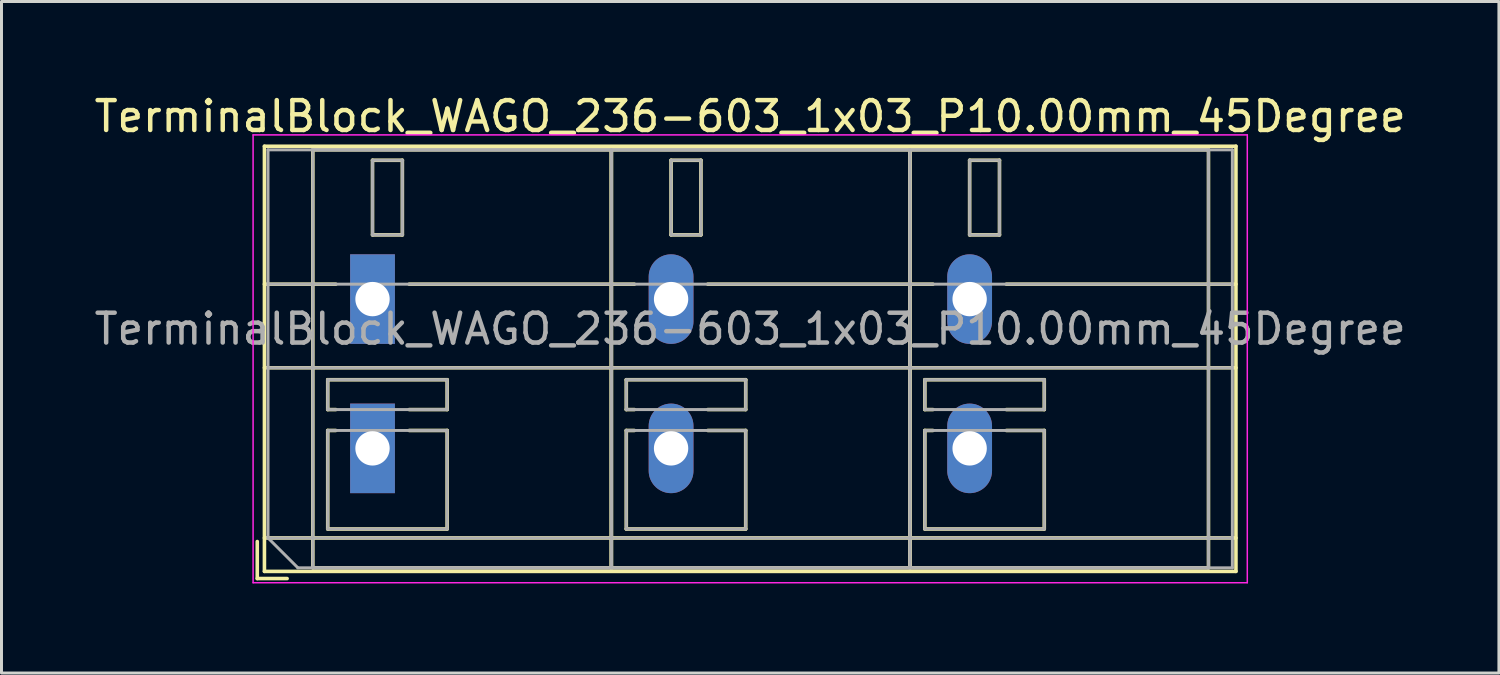
<source format=kicad_pcb>
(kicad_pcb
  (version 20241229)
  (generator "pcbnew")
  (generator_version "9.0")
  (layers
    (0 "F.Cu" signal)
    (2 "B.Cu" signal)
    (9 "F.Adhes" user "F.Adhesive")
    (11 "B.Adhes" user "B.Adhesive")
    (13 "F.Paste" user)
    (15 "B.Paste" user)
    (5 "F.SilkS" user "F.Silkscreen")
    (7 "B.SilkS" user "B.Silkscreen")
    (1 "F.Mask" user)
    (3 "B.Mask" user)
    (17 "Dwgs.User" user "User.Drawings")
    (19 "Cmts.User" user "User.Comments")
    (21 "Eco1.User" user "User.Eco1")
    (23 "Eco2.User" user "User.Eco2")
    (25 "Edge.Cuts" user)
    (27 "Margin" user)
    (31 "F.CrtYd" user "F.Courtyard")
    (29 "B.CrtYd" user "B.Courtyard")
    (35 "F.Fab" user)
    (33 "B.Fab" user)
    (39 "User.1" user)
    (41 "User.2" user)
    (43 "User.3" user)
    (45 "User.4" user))
  (footprint "TerminalBlock_WAGO_236-603_1x03_P10.00mm_45Degree"
    (layer "F.Cu")
    (at 9.427 6.968)
    (property "Reference" "TerminalBlock_WAGO_236-603_1x03_P10.00mm_45Degree" (at 12.65 -6.12 0) (layer "F.SilkS") (effects (font (size 1 1) (thickness 0.15))))
    (attr through_hole)
    (fp_line (start -3.86 8.12) (end -3.86 9.36) (stroke (width 0.12) (type solid)) (layer "F.SilkS"))
    (fp_line (start -3.86 9.36) (end -2.86 9.36) (stroke (width 0.12) (type solid)) (layer "F.SilkS"))
    (fp_line (start -3.62 -5.12) (end -3.62 9.12) (stroke (width 0.12) (type solid)) (layer "F.SilkS"))
    (fp_line (start -3.62 -5.12) (end 28.92 -5.12) (stroke (width 0.12) (type solid)) (layer "F.SilkS"))
    (fp_line (start -3.62 -0.5) (end -1.23 -0.5) (stroke (width 0.12) (type solid)) (layer "F.SilkS"))
    (fp_line (start -3.62 2.3) (end 28.92 2.3) (stroke (width 0.12) (type solid)) (layer "F.SilkS"))
    (fp_line (start -3.62 8) (end 28.92 8) (stroke (width 0.12) (type solid)) (layer "F.SilkS"))
    (fp_line (start -3.62 9.12) (end 28.92 9.12) (stroke (width 0.12) (type solid)) (layer "F.SilkS"))
    (fp_line (start -2 -5) (end -2 9) (stroke (width 0.12) (type solid)) (layer "F.SilkS"))
    (fp_line (start -2 -5) (end 8 -5) (stroke (width 0.12) (type solid)) (layer "F.SilkS"))
    (fp_line (start -2 9) (end 8 9) (stroke (width 0.12) (type solid)) (layer "F.SilkS"))
    (fp_line (start -1.5 2.7) (end -1.5 3.7) (stroke (width 0.12) (type solid)) (layer "F.SilkS"))
    (fp_line (start -1.5 2.7) (end 2.5 2.7) (stroke (width 0.12) (type solid)) (layer "F.SilkS"))
    (fp_line (start -1.5 3.7) (end -1.23 3.7) (stroke (width 0.12) (type solid)) (layer "F.SilkS"))
    (fp_line (start -1.5 4.4) (end -1.5 7.7) (stroke (width 0.12) (type solid)) (layer "F.SilkS"))
    (fp_line (start -1.5 4.4) (end -1.23 4.4) (stroke (width 0.12) (type solid)) (layer "F.SilkS"))
    (fp_line (start -1.5 7.7) (end 2.5 7.7) (stroke (width 0.12) (type solid)) (layer "F.SilkS"))
    (fp_line (start 0 -4.65) (end 0 -2.151) (stroke (width 0.12) (type solid)) (layer "F.SilkS"))
    (fp_line (start 0 -4.65) (end 1 -4.65) (stroke (width 0.12) (type solid)) (layer "F.SilkS"))
    (fp_line (start 0 -2.151) (end 1 -2.151) (stroke (width 0.12) (type solid)) (layer "F.SilkS"))
    (fp_line (start 1 -4.65) (end 1 -2.151) (stroke (width 0.12) (type solid)) (layer "F.SilkS"))
    (fp_line (start 1.23 -0.5) (end 8.77 -0.5) (stroke (width 0.12) (type solid)) (layer "F.SilkS"))
    (fp_line (start 1.23 3.7) (end 2.5 3.7) (stroke (width 0.12) (type solid)) (layer "F.SilkS"))
    (fp_line (start 1.23 4.4) (end 2.5 4.4) (stroke (width 0.12) (type solid)) (layer "F.SilkS"))
    (fp_line (start 2.5 2.7) (end 2.5 3.7) (stroke (width 0.12) (type solid)) (layer "F.SilkS"))
    (fp_line (start 2.5 4.4) (end 2.5 7.7) (stroke (width 0.12) (type solid)) (layer "F.SilkS"))
    (fp_line (start 8 -5) (end 8 9) (stroke (width 0.12) (type solid)) (layer "F.SilkS"))
    (fp_line (start 8 -5) (end 8 9) (stroke (width 0.12) (type solid)) (layer "F.SilkS"))
    (fp_line (start 8 -5) (end 18 -5) (stroke (width 0.12) (type solid)) (layer "F.SilkS"))
    (fp_line (start 8 9) (end 18 9) (stroke (width 0.12) (type solid)) (layer "F.SilkS"))
    (fp_line (start 8.5 2.7) (end 8.5 3.7) (stroke (width 0.12) (type solid)) (layer "F.SilkS"))
    (fp_line (start 8.5 2.7) (end 12.5 2.7) (stroke (width 0.12) (type solid)) (layer "F.SilkS"))
    (fp_line (start 8.5 3.7) (end 8.77 3.7) (stroke (width 0.12) (type solid)) (layer "F.SilkS"))
    (fp_line (start 8.5 4.4) (end 8.5 7.7) (stroke (width 0.12) (type solid)) (layer "F.SilkS"))
    (fp_line (start 8.5 4.4) (end 8.77 4.4) (stroke (width 0.12) (type solid)) (layer "F.SilkS"))
    (fp_line (start 8.5 7.7) (end 12.5 7.7) (stroke (width 0.12) (type solid)) (layer "F.SilkS"))
    (fp_line (start 10 -4.65) (end 10 -2.151) (stroke (width 0.12) (type solid)) (layer "F.SilkS"))
    (fp_line (start 10 -4.65) (end 11 -4.65) (stroke (width 0.12) (type solid)) (layer "F.SilkS"))
    (fp_line (start 10 -2.151) (end 11 -2.151) (stroke (width 0.12) (type solid)) (layer "F.SilkS"))
    (fp_line (start 11 -4.65) (end 11 -2.151) (stroke (width 0.12) (type solid)) (layer "F.SilkS"))
    (fp_line (start 11.23 -0.5) (end 18.77 -0.5) (stroke (width 0.12) (type solid)) (layer "F.SilkS"))
    (fp_line (start 11.23 3.7) (end 12.5 3.7) (stroke (width 0.12) (type solid)) (layer "F.SilkS"))
    (fp_line (start 11.23 4.4) (end 12.5 4.4) (stroke (width 0.12) (type solid)) (layer "F.SilkS"))
    (fp_line (start 12.5 2.7) (end 12.5 3.7) (stroke (width 0.12) (type solid)) (layer "F.SilkS"))
    (fp_line (start 12.5 4.4) (end 12.5 7.7) (stroke (width 0.12) (type solid)) (layer "F.SilkS"))
    (fp_line (start 18 -5) (end 18 9) (stroke (width 0.12) (type solid)) (layer "F.SilkS"))
    (fp_line (start 18 -5) (end 18 9) (stroke (width 0.12) (type solid)) (layer "F.SilkS"))
    (fp_line (start 18 -5) (end 28 -5) (stroke (width 0.12) (type solid)) (layer "F.SilkS"))
    (fp_line (start 18 9) (end 28 9) (stroke (width 0.12) (type solid)) (layer "F.SilkS"))
    (fp_line (start 18.5 2.7) (end 18.5 3.7) (stroke (width 0.12) (type solid)) (layer "F.SilkS"))
    (fp_line (start 18.5 2.7) (end 22.5 2.7) (stroke (width 0.12) (type solid)) (layer "F.SilkS"))
    (fp_line (start 18.5 3.7) (end 18.77 3.7) (stroke (width 0.12) (type solid)) (layer "F.SilkS"))
    (fp_line (start 18.5 4.4) (end 18.5 7.7) (stroke (width 0.12) (type solid)) (layer "F.SilkS"))
    (fp_line (start 18.5 4.4) (end 18.77 4.4) (stroke (width 0.12) (type solid)) (layer "F.SilkS"))
    (fp_line (start 18.5 7.7) (end 22.5 7.7) (stroke (width 0.12) (type solid)) (layer "F.SilkS"))
    (fp_line (start 20 -4.65) (end 20 -2.151) (stroke (width 0.12) (type solid)) (layer "F.SilkS"))
    (fp_line (start 20 -4.65) (end 21 -4.65) (stroke (width 0.12) (type solid)) (layer "F.SilkS"))
    (fp_line (start 20 -2.151) (end 21 -2.151) (stroke (width 0.12) (type solid)) (layer "F.SilkS"))
    (fp_line (start 21 -4.65) (end 21 -2.151) (stroke (width 0.12) (type solid)) (layer "F.SilkS"))
    (fp_line (start 21.23 -0.5) (end 28.92 -0.5) (stroke (width 0.12) (type solid)) (layer "F.SilkS"))
    (fp_line (start 21.23 3.7) (end 22.5 3.7) (stroke (width 0.12) (type solid)) (layer "F.SilkS"))
    (fp_line (start 21.23 4.4) (end 22.5 4.4) (stroke (width 0.12) (type solid)) (layer "F.SilkS"))
    (fp_line (start 22.5 2.7) (end 22.5 3.7) (stroke (width 0.12) (type solid)) (layer "F.SilkS"))
    (fp_line (start 22.5 4.4) (end 22.5 7.7) (stroke (width 0.12) (type solid)) (layer "F.SilkS"))
    (fp_line (start 28 -5) (end 28 9) (stroke (width 0.12) (type solid)) (layer "F.SilkS"))
    (fp_line (start 28.92 -5.12) (end 28.92 9.12) (stroke (width 0.12) (type solid)) (layer "F.SilkS"))
    (fp_line (start -4 -5.5) (end -4 9.5) (stroke (width 0.05) (type solid)) (layer "F.CrtYd"))
    (fp_line (start -4 9.5) (end 29.3 9.5) (stroke (width 0.05) (type solid)) (layer "F.CrtYd"))
    (fp_line (start 29.3 -5.5) (end -4 -5.5) (stroke (width 0.05) (type solid)) (layer "F.CrtYd"))
    (fp_line (start 29.3 9.5) (end 29.3 -5.5) (stroke (width 0.05) (type solid)) (layer "F.CrtYd"))
    (fp_line (start -3.5 -5) (end 28.8 -5) (stroke (width 0.1) (type solid)) (layer "F.Fab"))
    (fp_line (start -3.5 -0.5) (end 28.8 -0.5) (stroke (width 0.1) (type solid)) (layer "F.Fab"))
    (fp_line (start -3.5 2.3) (end 28.8 2.3) (stroke (width 0.1) (type solid)) (layer "F.Fab"))
    (fp_line (start -3.5 8) (end -3.5 -5) (stroke (width 0.1) (type solid)) (layer "F.Fab"))
    (fp_line (start -3.5 8) (end 28.8 8) (stroke (width 0.1) (type solid)) (layer "F.Fab"))
    (fp_line (start -2.5 9) (end -3.5 8) (stroke (width 0.1) (type solid)) (layer "F.Fab"))
    (fp_line (start -2 -5) (end -2 9) (stroke (width 0.1) (type solid)) (layer "F.Fab"))
    (fp_line (start -2 9) (end 8 9) (stroke (width 0.1) (type solid)) (layer "F.Fab"))
    (fp_line (start -1.5 2.7) (end -1.5 3.7) (stroke (width 0.1) (type solid)) (layer "F.Fab"))
    (fp_line (start -1.5 3.7) (end 2.5 3.7) (stroke (width 0.1) (type solid)) (layer "F.Fab"))
    (fp_line (start -1.5 4.4) (end -1.5 7.7) (stroke (width 0.1) (type solid)) (layer "F.Fab"))
    (fp_line (start -1.5 7.7) (end 2.5 7.7) (stroke (width 0.1) (type solid)) (layer "F.Fab"))
    (fp_line (start 0 -4.65) (end 0 -2.15) (stroke (width 0.1) (type solid)) (layer "F.Fab"))
    (fp_line (start 0 -2.15) (end 1 -2.15) (stroke (width 0.1) (type solid)) (layer "F.Fab"))
    (fp_line (start 1 -4.65) (end 0 -4.65) (stroke (width 0.1) (type solid)) (layer "F.Fab"))
    (fp_line (start 1 -2.15) (end 1 -4.65) (stroke (width 0.1) (type solid)) (layer "F.Fab"))
    (fp_line (start 2.5 2.7) (end -1.5 2.7) (stroke (width 0.1) (type solid)) (layer "F.Fab"))
    (fp_line (start 2.5 3.7) (end 2.5 2.7) (stroke (width 0.1) (type solid)) (layer "F.Fab"))
    (fp_line (start 2.5 4.4) (end -1.5 4.4) (stroke (width 0.1) (type solid)) (layer "F.Fab"))
    (fp_line (start 2.5 7.7) (end 2.5 4.4) (stroke (width 0.1) (type solid)) (layer "F.Fab"))
    (fp_line (start 8 -5) (end -2 -5) (stroke (width 0.1) (type solid)) (layer "F.Fab"))
    (fp_line (start 8 -5) (end 8 9) (stroke (width 0.1) (type solid)) (layer "F.Fab"))
    (fp_line (start 8 9) (end 8 -5) (stroke (width 0.1) (type solid)) (layer "F.Fab"))
    (fp_line (start 8 9) (end 18 9) (stroke (width 0.1) (type solid)) (layer "F.Fab"))
    (fp_line (start 8.5 2.7) (end 8.5 3.7) (stroke (width 0.1) (type solid)) (layer "F.Fab"))
    (fp_line (start 8.5 3.7) (end 12.5 3.7) (stroke (width 0.1) (type solid)) (layer "F.Fab"))
    (fp_line (start 8.5 4.4) (end 8.5 7.7) (stroke (width 0.1) (type solid)) (layer "F.Fab"))
    (fp_line (start 8.5 7.7) (end 12.5 7.7) (stroke (width 0.1) (type solid)) (layer "F.Fab"))
    (fp_line (start 10 -4.65) (end 10 -2.15) (stroke (width 0.1) (type solid)) (layer "F.Fab"))
    (fp_line (start 10 -2.15) (end 11 -2.15) (stroke (width 0.1) (type solid)) (layer "F.Fab"))
    (fp_line (start 11 -4.65) (end 10 -4.65) (stroke (width 0.1) (type solid)) (layer "F.Fab"))
    (fp_line (start 11 -2.15) (end 11 -4.65) (stroke (width 0.1) (type solid)) (layer "F.Fab"))
    (fp_line (start 12.5 2.7) (end 8.5 2.7) (stroke (width 0.1) (type solid)) (layer "F.Fab"))
    (fp_line (start 12.5 3.7) (end 12.5 2.7) (stroke (width 0.1) (type solid)) (layer "F.Fab"))
    (fp_line (start 12.5 4.4) (end 8.5 4.4) (stroke (width 0.1) (type solid)) (layer "F.Fab"))
    (fp_line (start 12.5 7.7) (end 12.5 4.4) (stroke (width 0.1) (type solid)) (layer "F.Fab"))
    (fp_line (start 18 -5) (end 8 -5) (stroke (width 0.1) (type solid)) (layer "F.Fab"))
    (fp_line (start 18 -5) (end 18 9) (stroke (width 0.1) (type solid)) (layer "F.Fab"))
    (fp_line (start 18 9) (end 18 -5) (stroke (width 0.1) (type solid)) (layer "F.Fab"))
    (fp_line (start 18 9) (end 28 9) (stroke (width 0.1) (type solid)) (layer "F.Fab"))
    (fp_line (start 18.5 2.7) (end 18.5 3.7) (stroke (width 0.1) (type solid)) (layer "F.Fab"))
    (fp_line (start 18.5 3.7) (end 22.5 3.7) (stroke (width 0.1) (type solid)) (layer "F.Fab"))
    (fp_line (start 18.5 4.4) (end 18.5 7.7) (stroke (width 0.1) (type solid)) (layer "F.Fab"))
    (fp_line (start 18.5 7.7) (end 22.5 7.7) (stroke (width 0.1) (type solid)) (layer "F.Fab"))
    (fp_line (start 20 -4.65) (end 20 -2.15) (stroke (width 0.1) (type solid)) (layer "F.Fab"))
    (fp_line (start 20 -2.15) (end 21 -2.15) (stroke (width 0.1) (type solid)) (layer "F.Fab"))
    (fp_line (start 21 -4.65) (end 20 -4.65) (stroke (width 0.1) (type solid)) (layer "F.Fab"))
    (fp_line (start 21 -2.15) (end 21 -4.65) (stroke (width 0.1) (type solid)) (layer "F.Fab"))
    (fp_line (start 22.5 2.7) (end 18.5 2.7) (stroke (width 0.1) (type solid)) (layer "F.Fab"))
    (fp_line (start 22.5 3.7) (end 22.5 2.7) (stroke (width 0.1) (type solid)) (layer "F.Fab"))
    (fp_line (start 22.5 4.4) (end 18.5 4.4) (stroke (width 0.1) (type solid)) (layer "F.Fab"))
    (fp_line (start 22.5 7.7) (end 22.5 4.4) (stroke (width 0.1) (type solid)) (layer "F.Fab"))
    (fp_line (start 28 -5) (end 18 -5) (stroke (width 0.1) (type solid)) (layer "F.Fab"))
    (fp_line (start 28 9) (end 28 -5) (stroke (width 0.1) (type solid)) (layer "F.Fab"))
    (fp_line (start 28.8 -5) (end 28.8 9) (stroke (width 0.1) (type solid)) (layer "F.Fab"))
    (fp_line (start 28.8 9) (end -2.5 9) (stroke (width 0.1) (type solid)) (layer "F.Fab"))
    (fp_text user "${REFERENCE}" (at 12.65 1 0) (layer "F.Fab") (effects (font (size 1 1) (thickness 0.15))))
    (pad "1" thru_hole rect (at 0 0) (size 1.5 3) (drill 1.15) (layers "*.Cu" "*.Mask"))
    (pad "1" thru_hole rect (at 0 5) (size 1.5 3) (drill 1.15) (layers "*.Cu" "*.Mask"))
    (pad "2" thru_hole oval (at 10 0) (size 1.5 3) (drill 1.15) (layers "*.Cu" "*.Mask"))
    (pad "2" thru_hole oval (at 10 5) (size 1.5 3) (drill 1.15) (layers "*.Cu" "*.Mask"))
    (pad "3" thru_hole oval (at 20 0) (size 1.5 3) (drill 1.15) (layers "*.Cu" "*.Mask"))
    (pad "3" thru_hole oval (at 20 5) (size 1.5 3) (drill 1.15) (layers "*.Cu" "*.Mask")))
  (gr_rect
    (start -3 -3)
    (end 47.155 19.493)
    (stroke (width 0.1) (type default))
    (fill no)
    (layer "Edge.Cuts")))
</source>
